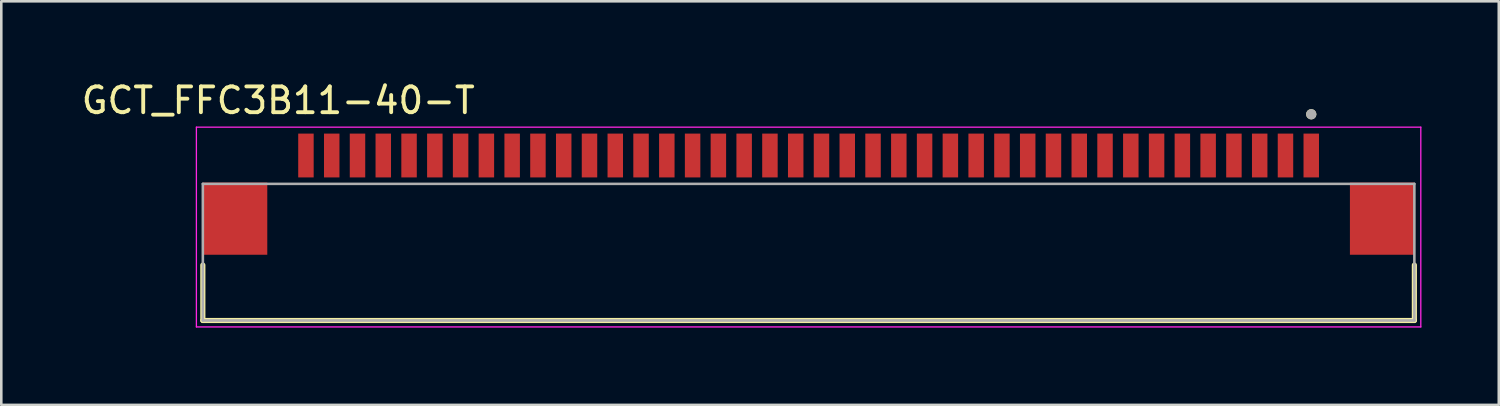
<source format=kicad_pcb>
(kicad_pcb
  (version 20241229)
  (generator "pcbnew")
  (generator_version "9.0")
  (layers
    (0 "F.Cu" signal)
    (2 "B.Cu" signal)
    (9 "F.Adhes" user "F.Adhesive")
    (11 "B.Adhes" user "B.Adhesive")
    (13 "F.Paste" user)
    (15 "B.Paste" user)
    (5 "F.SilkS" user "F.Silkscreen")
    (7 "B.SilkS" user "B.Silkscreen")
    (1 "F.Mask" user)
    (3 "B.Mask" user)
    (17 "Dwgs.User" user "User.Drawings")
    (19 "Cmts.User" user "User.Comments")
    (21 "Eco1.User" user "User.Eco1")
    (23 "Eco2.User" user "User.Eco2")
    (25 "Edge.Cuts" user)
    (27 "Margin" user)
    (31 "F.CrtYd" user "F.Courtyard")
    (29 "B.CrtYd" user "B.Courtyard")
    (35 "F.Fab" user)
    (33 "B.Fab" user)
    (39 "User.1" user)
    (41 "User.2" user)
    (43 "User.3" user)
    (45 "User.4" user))
  (footprint "GCT_FFC3B11-40-T"
    (layer "F.Cu")
    (at 28.319 5.433)
    (property "Reference" "GCT_FFC3B11-40-T" (at -20.575 -4.585 0) (layer "F.SilkS") (effects (font (size 1 1) (thickness 0.15))))
    (attr smd)
    (fp_line (start -23.5 1.8) (end -23.5 3.95) (stroke (width 0.2) (type solid)) (layer "F.SilkS"))
    (fp_line (start -23.5 3.95) (end 23.5 3.95) (stroke (width 0.2) (type solid)) (layer "F.SilkS"))
    (fp_line (start 23.5 3.95) (end 23.5 1.8) (stroke (width 0.2) (type solid)) (layer "F.SilkS"))
    (fp_circle (center 19.5 -4.05) (end 19.6 -4.05) (stroke (width 0.2) (type solid)) (fill no) (layer "F.SilkS"))
    (fp_line (start -23.75 -3.55) (end -23.75 4.2) (stroke (width 0.05) (type solid)) (layer "F.CrtYd"))
    (fp_line (start -23.75 4.2) (end 23.75 4.2) (stroke (width 0.05) (type solid)) (layer "F.CrtYd"))
    (fp_line (start 23.75 -3.55) (end -23.75 -3.55) (stroke (width 0.05) (type solid)) (layer "F.CrtYd"))
    (fp_line (start 23.75 4.2) (end 23.75 -3.55) (stroke (width 0.05) (type solid)) (layer "F.CrtYd"))
    (fp_line (start -23.5 -1.35) (end 23.5 -1.35) (stroke (width 0.1) (type solid)) (layer "F.Fab"))
    (fp_line (start -23.5 3.95) (end -23.5 -1.35) (stroke (width 0.1) (type solid)) (layer "F.Fab"))
    (fp_line (start 23.5 -1.35) (end 23.5 3.95) (stroke (width 0.1) (type solid)) (layer "F.Fab"))
    (fp_line (start 23.5 3.95) (end -23.5 3.95) (stroke (width 0.1) (type solid)) (layer "F.Fab"))
    (fp_circle (center 19.5 -4.05) (end 19.6 -4.05) (stroke (width 0.2) (type solid)) (fill no) (layer "F.Fab"))
    (pad "1" smd rect (at 19.5 -2.45) (size 0.6 1.7) (layers "F.Cu" "F.Mask" "F.Paste"))
    (pad "2" smd rect (at 18.5 -2.45) (size 0.6 1.7) (layers "F.Cu" "F.Mask" "F.Paste"))
    (pad "3" smd rect (at 17.5 -2.45) (size 0.6 1.7) (layers "F.Cu" "F.Mask" "F.Paste"))
    (pad "4" smd rect (at 16.5 -2.45) (size 0.6 1.7) (layers "F.Cu" "F.Mask" "F.Paste"))
    (pad "5" smd rect (at 15.5 -2.45) (size 0.6 1.7) (layers "F.Cu" "F.Mask" "F.Paste"))
    (pad "6" smd rect (at 14.5 -2.45) (size 0.6 1.7) (layers "F.Cu" "F.Mask" "F.Paste"))
    (pad "7" smd rect (at 13.5 -2.45) (size 0.6 1.7) (layers "F.Cu" "F.Mask" "F.Paste"))
    (pad "8" smd rect (at 12.5 -2.45) (size 0.6 1.7) (layers "F.Cu" "F.Mask" "F.Paste"))
    (pad "9" smd rect (at 11.5 -2.45) (size 0.6 1.7) (layers "F.Cu" "F.Mask" "F.Paste"))
    (pad "10" smd rect (at 10.5 -2.45) (size 0.6 1.7) (layers "F.Cu" "F.Mask" "F.Paste"))
    (pad "11" smd rect (at 9.5 -2.45) (size 0.6 1.7) (layers "F.Cu" "F.Mask" "F.Paste"))
    (pad "12" smd rect (at 8.5 -2.45) (size 0.6 1.7) (layers "F.Cu" "F.Mask" "F.Paste"))
    (pad "13" smd rect (at 7.5 -2.45) (size 0.6 1.7) (layers "F.Cu" "F.Mask" "F.Paste"))
    (pad "14" smd rect (at 6.5 -2.45) (size 0.6 1.7) (layers "F.Cu" "F.Mask" "F.Paste"))
    (pad "15" smd rect (at 5.5 -2.45) (size 0.6 1.7) (layers "F.Cu" "F.Mask" "F.Paste"))
    (pad "16" smd rect (at 4.5 -2.45) (size 0.6 1.7) (layers "F.Cu" "F.Mask" "F.Paste"))
    (pad "17" smd rect (at 3.5 -2.45) (size 0.6 1.7) (layers "F.Cu" "F.Mask" "F.Paste"))
    (pad "18" smd rect (at 2.5 -2.45) (size 0.6 1.7) (layers "F.Cu" "F.Mask" "F.Paste"))
    (pad "19" smd rect (at 1.5 -2.45) (size 0.6 1.7) (layers "F.Cu" "F.Mask" "F.Paste"))
    (pad "20" smd rect (at 0.5 -2.45) (size 0.6 1.7) (layers "F.Cu" "F.Mask" "F.Paste"))
    (pad "21" smd rect (at -0.5 -2.45) (size 0.6 1.7) (layers "F.Cu" "F.Mask" "F.Paste"))
    (pad "22" smd rect (at -1.5 -2.45) (size 0.6 1.7) (layers "F.Cu" "F.Mask" "F.Paste"))
    (pad "23" smd rect (at -2.5 -2.45) (size 0.6 1.7) (layers "F.Cu" "F.Mask" "F.Paste"))
    (pad "24" smd rect (at -3.5 -2.45) (size 0.6 1.7) (layers "F.Cu" "F.Mask" "F.Paste"))
    (pad "25" smd rect (at -4.5 -2.45) (size 0.6 1.7) (layers "F.Cu" "F.Mask" "F.Paste"))
    (pad "26" smd rect (at -5.5 -2.45) (size 0.6 1.7) (layers "F.Cu" "F.Mask" "F.Paste"))
    (pad "27" smd rect (at -6.5 -2.45) (size 0.6 1.7) (layers "F.Cu" "F.Mask" "F.Paste"))
    (pad "28" smd rect (at -7.5 -2.45) (size 0.6 1.7) (layers "F.Cu" "F.Mask" "F.Paste"))
    (pad "29" smd rect (at -8.5 -2.45) (size 0.6 1.7) (layers "F.Cu" "F.Mask" "F.Paste"))
    (pad "30" smd rect (at -9.5 -2.45) (size 0.6 1.7) (layers "F.Cu" "F.Mask" "F.Paste"))
    (pad "31" smd rect (at -10.5 -2.45) (size 0.6 1.7) (layers "F.Cu" "F.Mask" "F.Paste"))
    (pad "32" smd rect (at -11.5 -2.45) (size 0.6 1.7) (layers "F.Cu" "F.Mask" "F.Paste"))
    (pad "33" smd rect (at -12.5 -2.45) (size 0.6 1.7) (layers "F.Cu" "F.Mask" "F.Paste"))
    (pad "34" smd rect (at -13.5 -2.45) (size 0.6 1.7) (layers "F.Cu" "F.Mask" "F.Paste"))
    (pad "35" smd rect (at -14.5 -2.45) (size 0.6 1.7) (layers "F.Cu" "F.Mask" "F.Paste"))
    (pad "36" smd rect (at -15.5 -2.45) (size 0.6 1.7) (layers "F.Cu" "F.Mask" "F.Paste"))
    (pad "37" smd rect (at -16.5 -2.45) (size 0.6 1.7) (layers "F.Cu" "F.Mask" "F.Paste"))
    (pad "38" smd rect (at -17.5 -2.45) (size 0.6 1.7) (layers "F.Cu" "F.Mask" "F.Paste"))
    (pad "39" smd rect (at -18.5 -2.45) (size 0.6 1.7) (layers "F.Cu" "F.Mask" "F.Paste"))
    (pad "40" smd rect (at -19.5 -2.45) (size 0.6 1.7) (layers "F.Cu" "F.Mask" "F.Paste"))
    (pad "S1" smd rect (at 22.25 0) (size 2.5 2.8) (layers "F.Cu" "F.Mask" "F.Paste"))
    (pad "S2" smd rect (at -22.25 0) (size 2.5 2.8) (layers "F.Cu" "F.Mask" "F.Paste")))
  (gr_rect
    (start -3 -3)
    (end 55.094 12.658)
    (stroke (width 0.1) (type default))
    (fill no)
    (layer "Edge.Cuts")))
</source>
